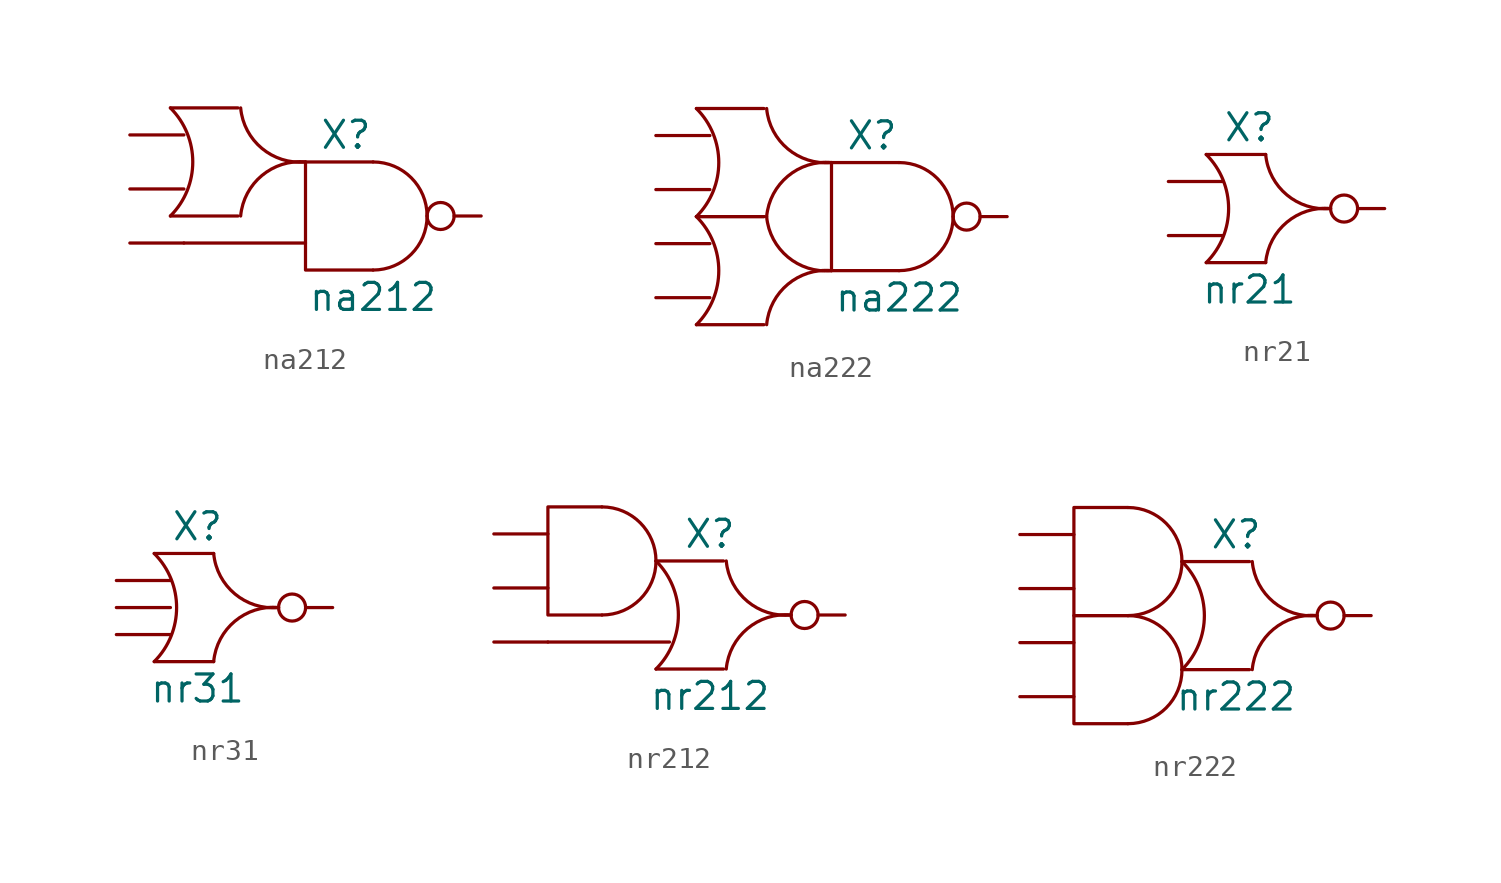
<source format=kicad_sym>
(kicad_symbol_lib
  (version 20211014)
  (generator kicad_symbol_editor)
  (symbol "na212"
    (property "Reference" "X"
      (at 1.27 3.81 0)
      (effects (font (size 1.27 1.27))))
    (property "Value" "na212"
      (at 2.54 -3.81 0)
      (effects (font (size 1.27 1.27))))
    (symbol "na212_0_1"
      (arc (start -6.985 0) (mid -5.9329 2.54) (end -6.985 5.08) (stroke (width 0.1524) (type default) (color 0 0 0 0)) (fill (type none)))
      (arc (start -3.683 5.08) (mid -5.2251 0.1307) (end -0.635 2.54) (stroke (width 0.1524) (type default) (color 0 0 0 0)) (fill (type none)))
      (arc (start -0.635 2.54) (mid -5.2251 4.9493) (end -3.683 0) (stroke (width 0.1524) (type default) (color 0 0 0 0)) (fill (type none)))
      (polyline (pts (xy -6.35 -1.27) (xy -0.635 -1.27)) (stroke (width 0.152) (type default) (color 0 0 0 0)) (fill (type none)))
      (polyline (pts (xy -3.81 0) (xy -6.985 0)) (stroke (width 0.152) (type default) (color 0 0 0 0)) (fill (type none)))
      (polyline (pts (xy -3.81 5.08) (xy -6.985 5.08)) (stroke (width 0.152) (type default) (color 0 0 0 0)) (fill (type none)))
      (polyline (pts (xy 2.54 2.54) (xy -0.635 2.54) (xy -0.635 -2.54) (xy 2.54 -2.54)) (stroke (width 0.152) (type default) (color 0 0 0 0)) (fill (type none)))
      (arc (start 2.54 -2.54) (mid 4.3361 -1.7961) (end 5.08 0) (stroke (width 0.1524) (type default) (color 0 0 0 0)) (fill (type none)))
      (arc (start 5.08 0) (mid 4.3361 1.7961) (end 2.54 2.54) (stroke (width 0.1524) (type default) (color 0 0 0 0)) (fill (type none))))
    (symbol "na212_1_1"
      (pin input line (at -8.89 3.81 0) (length 2.54) (name "A0" (effects (font (size 0 0)))) (number "" (effects (font (size 1.27 1.27)))))
      (pin input line (at -8.89 1.27 0) (length 2.54) (name "A1" (effects (font (size 0 0)))) (number "" (effects (font (size 1.27 1.27)))))
      (pin input line (at -8.89 -1.27 0) (length 2.54) (name "B0" (effects (font (size 0 0)))) (number "" (effects (font (size 1.27 1.27)))))
      (pin power_in line (at 0 2.54 0) (length 2.54) hide (name "VDD" (effects (font (size 1.27 1.27)))) (number "" (effects (font (size 1.27 1.27)))))
      (pin power_in line (at 0 -2.54 0) (length 2.54) hide (name "VSS" (effects (font (size 1.27 1.27)))) (number "" (effects (font (size 1.27 1.27)))))
      (pin output inverted (at 7.62 0 180) (length 2.54) (name "X" (effects (font (size 0 0)))) (number "" (effects (font (size 1.27 1.27)))))))
  (symbol "na222"
    (property "Reference" "X"
      (at 1.27 3.81 0)
      (effects (font (size 1.27 1.27))))
    (property "Value" "na222"
      (at 2.54 -3.81 0)
      (effects (font (size 1.27 1.27))))
    (symbol "na222_0_1"
      (arc (start -6.985 -5.08) (mid -5.9329 -2.54) (end -6.985 0) (stroke (width 0.1524) (type default) (color 0 0 0 0)) (fill (type none)))
      (arc (start -6.985 0) (mid -5.9329 2.54) (end -6.985 5.08) (stroke (width 0.1524) (type default) (color 0 0 0 0)) (fill (type none)))
      (arc (start -3.683 0) (mid -5.2251 -4.9493) (end -0.635 -2.54) (stroke (width 0.1524) (type default) (color 0 0 0 0)) (fill (type none)))
      (arc (start -3.683 5.08) (mid -5.2251 0.1307) (end -0.635 2.54) (stroke (width 0.1524) (type default) (color 0 0 0 0)) (fill (type none)))
      (arc (start -0.635 -2.54) (mid -5.2251 -0.1307) (end -3.683 -5.08) (stroke (width 0.1524) (type default) (color 0 0 0 0)) (fill (type none)))
      (arc (start -0.635 2.54) (mid -5.2251 4.9493) (end -3.683 0) (stroke (width 0.1524) (type default) (color 0 0 0 0)) (fill (type none)))
      (polyline (pts (xy -6.985 -5.08) (xy -3.81 -5.08)) (stroke (width 0.152) (type default) (color 0 0 0 0)) (fill (type none)))
      (polyline (pts (xy -6.985 0) (xy -3.81 0)) (stroke (width 0.152) (type default) (color 0 0 0 0)) (fill (type none)))
      (polyline (pts (xy -3.81 0) (xy -6.985 0)) (stroke (width 0.152) (type default) (color 0 0 0 0)) (fill (type none)))
      (polyline (pts (xy -3.81 5.08) (xy -6.985 5.08)) (stroke (width 0.152) (type default) (color 0 0 0 0)) (fill (type none)))
      (polyline (pts (xy 2.54 2.54) (xy -0.635 2.54) (xy -0.635 -2.54) (xy 2.54 -2.54)) (stroke (width 0.152) (type default) (color 0 0 0 0)) (fill (type none)))
      (arc (start 2.54 -2.54) (mid 4.3361 -1.7961) (end 5.08 0) (stroke (width 0.1524) (type default) (color 0 0 0 0)) (fill (type none)))
      (arc (start 5.08 0) (mid 4.3361 1.7961) (end 2.54 2.54) (stroke (width 0.1524) (type default) (color 0 0 0 0)) (fill (type none))))
    (symbol "na222_1_1"
      (pin input line (at -8.89 3.81 0) (length 2.54) (name "A0" (effects (font (size 0 0)))) (number "" (effects (font (size 1.27 1.27)))))
      (pin input line (at -8.89 1.27 0) (length 2.54) (name "A1" (effects (font (size 0 0)))) (number "" (effects (font (size 1.27 1.27)))))
      (pin input line (at -8.89 -1.27 0) (length 2.54) (name "B0" (effects (font (size 0 0)))) (number "" (effects (font (size 1.27 1.27)))))
      (pin input line (at -8.89 -3.81 0) (length 2.54) (name "B1" (effects (font (size 0 0)))) (number "" (effects (font (size 1.27 1.27)))))
      (pin power_in line (at 0 2.54 0) (length 2.54) hide (name "VDD" (effects (font (size 1.27 1.27)))) (number "" (effects (font (size 1.27 1.27)))))
      (pin power_in line (at 0 -2.54 0) (length 2.54) hide (name "VSS" (effects (font (size 1.27 1.27)))) (number "" (effects (font (size 1.27 1.27)))))
      (pin output inverted (at 7.62 0 180) (length 2.54) (name "X" (effects (font (size 0 0)))) (number "" (effects (font (size 1.27 1.27)))))))
  (symbol "nr21"
    (property "Reference" "X"
      (at -1.27 3.81 0)
      (effects (font (size 1.27 1.27))))
    (property "Value" "nr21"
      (at -1.27 -3.81 0)
      (effects (font (size 1.27 1.27))))
    (symbol "nr21_0_1"
      (arc (start -3.302 -2.54) (mid -2.2499 0) (end -3.302 2.54) (stroke (width 0.1524) (type default) (color 0 0 0 0)) (fill (type none)))
      (arc (start -0.508 2.54) (mid -2.0501 -2.4093) (end 2.54 0) (stroke (width 0.1524) (type default) (color 0 0 0 0)) (fill (type none)))
      (polyline (pts (xy -3.302 -2.54) (xy -0.508 -2.54)) (stroke (width 0.152) (type default) (color 0 0 0 0)) (fill (type none)))
      (polyline (pts (xy -0.508 2.54) (xy -3.302 2.54)) (stroke (width 0.152) (type default) (color 0 0 0 0)) (fill (type none)))
      (arc (start 2.54 0) (mid -2.0501 2.4093) (end -0.508 -2.54) (stroke (width 0.1524) (type default) (color 0 0 0 0)) (fill (type none))))
    (symbol "nr21_1_1"
      (pin input line (at -5.08 1.27 0) (length 2.54) (name "A" (effects (font (size 0 0)))) (number "" (effects (font (size 1.27 1.27)))))
      (pin input line (at -5.08 -1.27 0) (length 2.54) (name "B" (effects (font (size 0 0)))) (number "" (effects (font (size 1.27 1.27)))))
      (pin power_in line (at 0 2.54 0) (length 2.54) hide (name "VDD" (effects (font (size 1.27 1.27)))) (number "" (effects (font (size 1.27 1.27)))))
      (pin power_in line (at 0 -2.54 0) (length 2.54) hide (name "VSS" (effects (font (size 1.27 1.27)))) (number "" (effects (font (size 1.27 1.27)))))
      (pin output inverted (at 5.08 0 180) (length 2.54) (name "X" (effects (font (size 0 0)))) (number "" (effects (font (size 1.27 1.27)))))))
  (symbol "nr31"
    (property "Reference" "X"
      (at -1.27 3.81 0)
      (effects (font (size 1.27 1.27))))
    (property "Value" "nr31"
      (at -1.27 -3.81 0)
      (effects (font (size 1.27 1.27))))
    (symbol "nr31_0_1"
      (arc (start -3.302 -2.54) (mid -2.2499 0) (end -3.302 2.54) (stroke (width 0.1524) (type default) (color 0 0 0 0)) (fill (type none)))
      (arc (start -0.508 2.54) (mid -2.0501 -2.4093) (end 2.54 0) (stroke (width 0.1524) (type default) (color 0 0 0 0)) (fill (type none)))
      (polyline (pts (xy -3.302 -2.54) (xy -0.508 -2.54)) (stroke (width 0.152) (type default) (color 0 0 0 0)) (fill (type none)))
      (polyline (pts (xy -0.508 2.54) (xy -3.302 2.54)) (stroke (width 0.152) (type default) (color 0 0 0 0)) (fill (type none)))
      (arc (start 2.54 0) (mid -2.0501 2.4093) (end -0.508 -2.54) (stroke (width 0.1524) (type default) (color 0 0 0 0)) (fill (type none))))
    (symbol "nr31_1_1"
      (pin input line (at -5.08 1.27 0) (length 2.54) (name "A" (effects (font (size 0 0)))) (number "" (effects (font (size 1.27 1.27)))))
      (pin input line (at -5.08 0 0) (length 2.54) (name "B" (effects (font (size 0 0)))) (number "" (effects (font (size 1.27 1.27)))))
      (pin input line (at -5.08 -1.27 0) (length 2.54) (name "C" (effects (font (size 0 0)))) (number "" (effects (font (size 1.27 1.27)))))
      (pin power_in line (at 0 2.54 0) (length 2.54) hide (name "VDD" (effects (font (size 1.27 1.27)))) (number "" (effects (font (size 1.27 1.27)))))
      (pin power_in line (at 0 -2.54 0) (length 2.54) hide (name "VSS" (effects (font (size 1.27 1.27)))) (number "" (effects (font (size 1.27 1.27)))))
      (pin output inverted (at 5.08 0 180) (length 2.54) (name "X" (effects (font (size 0 0)))) (number "" (effects (font (size 1.27 1.27)))))))
  (symbol "nr212"
    (property "Reference" "X"
      (at 1.27 3.81 0)
      (effects (font (size 1.27 1.27))))
    (property "Value" "nr212"
      (at 1.27 -3.81 0)
      (effects (font (size 1.27 1.27))))
    (symbol "nr212_0_1"
      (arc (start -3.81 0) (mid -2.0139 0.7439) (end -1.27 2.54) (stroke (width 0.1524) (type default) (color 0 0 0 0)) (fill (type none)))
      (arc (start -1.27 -2.54) (mid -0.2179 0) (end -1.27 2.54) (stroke (width 0.1524) (type default) (color 0 0 0 0)) (fill (type none)))
      (arc (start -1.27 2.54) (mid -2.0139 4.3361) (end -3.81 5.08) (stroke (width 0.1524) (type default) (color 0 0 0 0)) (fill (type none)))
      (polyline (pts (xy -6.35 -1.27) (xy -0.635 -1.27)) (stroke (width 0.152) (type default) (color 0 0 0 0)) (fill (type none)))
      (polyline (pts (xy -1.27 -2.54) (xy 1.905 -2.54)) (stroke (width 0.152) (type default) (color 0 0 0 0)) (fill (type none)))
      (polyline (pts (xy 1.905 2.54) (xy -1.27 2.54)) (stroke (width 0.152) (type default) (color 0 0 0 0)) (fill (type none)))
      (polyline (pts (xy -3.81 5.08) (xy -6.35 5.08) (xy -6.35 0) (xy -3.81 0)) (stroke (width 0.152) (type default) (color 0 0 0 0)) (fill (type none)))
      (arc (start 2.032 2.54) (mid 0.4899 -2.4093) (end 5.08 0) (stroke (width 0.1524) (type default) (color 0 0 0 0)) (fill (type none)))
      (arc (start 5.08 0) (mid 0.4899 2.4093) (end 2.032 -2.54) (stroke (width 0.1524) (type default) (color 0 0 0 0)) (fill (type none))))
    (symbol "nr212_1_1"
      (pin input line (at -8.89 3.81 0) (length 2.54) (name "A0" (effects (font (size 0 0)))) (number "" (effects (font (size 1.27 1.27)))))
      (pin input line (at -8.89 1.27 0) (length 2.54) (name "A1" (effects (font (size 0 0)))) (number "" (effects (font (size 1.27 1.27)))))
      (pin input line (at -8.89 -1.27 0) (length 2.54) (name "B0" (effects (font (size 0 0)))) (number "" (effects (font (size 1.27 1.27)))))
      (pin power_in line (at 0 2.54 0) (length 2.54) hide (name "VDD" (effects (font (size 1.27 1.27)))) (number "" (effects (font (size 1.27 1.27)))))
      (pin power_in line (at 0 -2.54 0) (length 2.54) hide (name "VSS" (effects (font (size 1.27 1.27)))) (number "" (effects (font (size 1.27 1.27)))))
      (pin output inverted (at 7.62 0 180) (length 2.54) (name "X" (effects (font (size 0 0)))) (number "" (effects (font (size 1.27 1.27)))))))
  (symbol "nr222"
    (property "Reference" "X"
      (at 1.27 3.81 0)
      (effects (font (size 1.27 1.27))))
    (property "Value" "nr222"
      (at 1.27 -3.81 0)
      (effects (font (size 1.27 1.27))))
    (symbol "nr222_0_1"
      (arc (start -3.81 -5.08) (mid -2.0139 -4.3361) (end -1.27 -2.54) (stroke (width 0.1524) (type default) (color 0 0 0 0)) (fill (type none)))
      (arc (start -3.81 0) (mid -2.0139 0.7439) (end -1.27 2.54) (stroke (width 0.1524) (type default) (color 0 0 0 0)) (fill (type none)))
      (arc (start -1.27 -2.54) (mid -2.0139 -0.7439) (end -3.81 0) (stroke (width 0.1524) (type default) (color 0 0 0 0)) (fill (type none)))
      (arc (start -1.27 -2.54) (mid -0.2179 0) (end -1.27 2.54) (stroke (width 0.1524) (type default) (color 0 0 0 0)) (fill (type none)))
      (arc (start -1.27 2.54) (mid -2.0139 4.3361) (end -3.81 5.08) (stroke (width 0.1524) (type default) (color 0 0 0 0)) (fill (type none)))
      (polyline (pts (xy -1.27 -2.54) (xy 1.905 -2.54)) (stroke (width 0.152) (type default) (color 0 0 0 0)) (fill (type none)))
      (polyline (pts (xy 1.905 2.54) (xy -1.27 2.54)) (stroke (width 0.152) (type default) (color 0 0 0 0)) (fill (type none)))
      (polyline (pts (xy -3.81 0) (xy -6.35 0) (xy -6.35 -5.08) (xy -3.81 -5.08)) (stroke (width 0.152) (type default) (color 0 0 0 0)) (fill (type none)))
      (polyline (pts (xy -3.81 5.08) (xy -6.35 5.08) (xy -6.35 0) (xy -3.81 0)) (stroke (width 0.152) (type default) (color 0 0 0 0)) (fill (type none)))
      (arc (start 2.032 2.54) (mid 0.4899 -2.4093) (end 5.08 0) (stroke (width 0.1524) (type default) (color 0 0 0 0)) (fill (type none)))
      (arc (start 5.08 0) (mid 0.4899 2.4093) (end 2.032 -2.54) (stroke (width 0.1524) (type default) (color 0 0 0 0)) (fill (type none))))
    (symbol "nr222_1_1"
      (pin input line (at -8.89 3.81 0) (length 2.54) (name "A0" (effects (font (size 0 0)))) (number "" (effects (font (size 1.27 1.27)))))
      (pin input line (at -8.89 1.27 0) (length 2.54) (name "A1" (effects (font (size 0 0)))) (number "" (effects (font (size 1.27 1.27)))))
      (pin input line (at -8.89 -1.27 0) (length 2.54) (name "B0" (effects (font (size 0 0)))) (number "" (effects (font (size 1.27 1.27)))))
      (pin input line (at -8.89 -3.81 0) (length 2.54) (name "B1" (effects (font (size 0 0)))) (number "" (effects (font (size 1.27 1.27)))))
      (pin power_in line (at 0 2.54 0) (length 2.54) hide (name "VDD" (effects (font (size 1.27 1.27)))) (number "" (effects (font (size 1.27 1.27)))))
      (pin power_in line (at 0 -2.54 0) (length 2.54) hide (name "VSS" (effects (font (size 1.27 1.27)))) (number "" (effects (font (size 1.27 1.27)))))
      (pin output inverted (at 7.62 0 180) (length 2.54) (name "X" (effects (font (size 0 0)))) (number "" (effects (font (size 1.27 1.27))))))))
</source>
